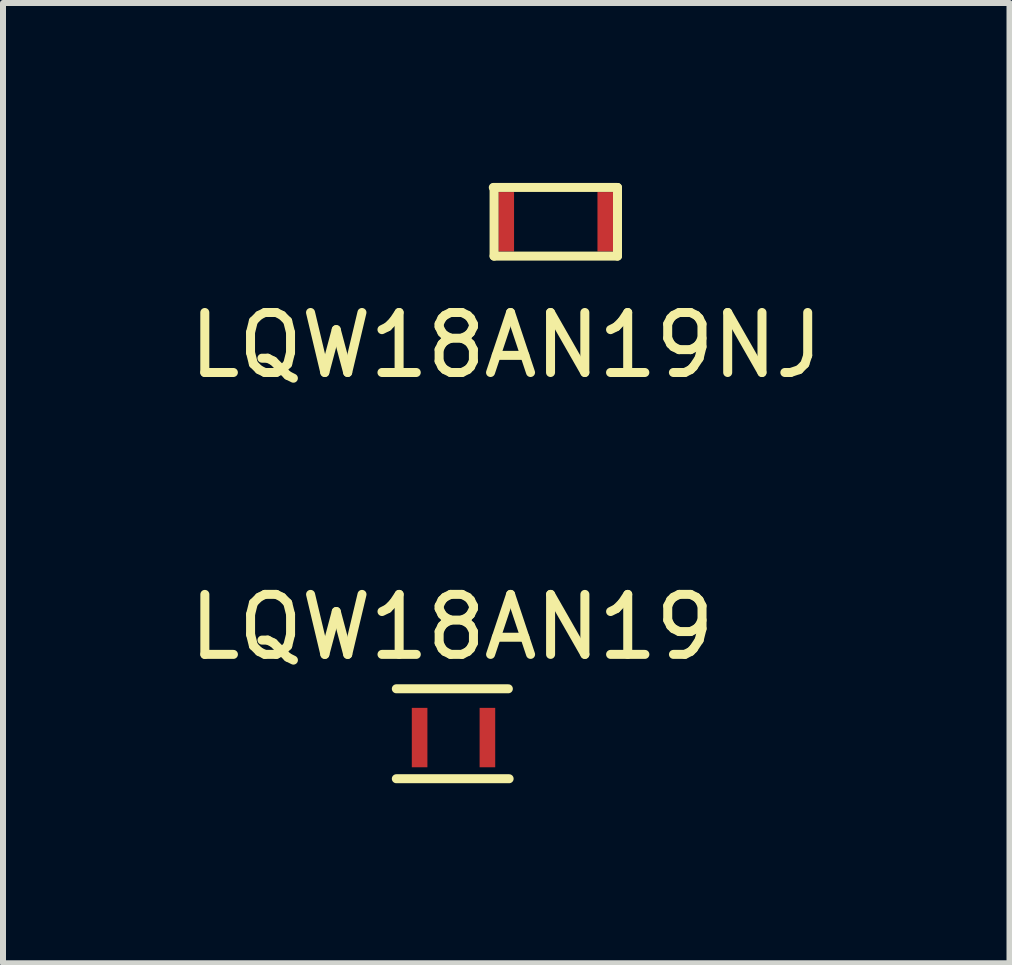
<source format=kicad_pcb>
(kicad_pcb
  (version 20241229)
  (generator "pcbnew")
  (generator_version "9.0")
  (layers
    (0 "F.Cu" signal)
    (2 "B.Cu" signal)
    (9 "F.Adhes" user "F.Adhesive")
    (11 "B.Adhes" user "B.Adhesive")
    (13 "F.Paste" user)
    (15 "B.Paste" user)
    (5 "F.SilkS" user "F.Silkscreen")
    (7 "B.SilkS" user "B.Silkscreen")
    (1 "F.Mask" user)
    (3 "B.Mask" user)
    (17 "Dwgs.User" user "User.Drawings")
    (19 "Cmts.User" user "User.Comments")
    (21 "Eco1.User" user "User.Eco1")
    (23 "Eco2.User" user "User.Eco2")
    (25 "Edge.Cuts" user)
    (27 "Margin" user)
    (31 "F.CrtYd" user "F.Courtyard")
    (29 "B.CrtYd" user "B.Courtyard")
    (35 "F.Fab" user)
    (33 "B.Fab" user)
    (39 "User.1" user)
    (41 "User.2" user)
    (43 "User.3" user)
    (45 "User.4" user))
  (footprint "LQW18AN19NJ"
    (layer "F.Cu")
    (at 5.387 0.646)
    (property "Reference" "LQW18AN19NJ" (at 0 2.057 0) (layer "F.SilkS") (effects (font (size 1 1) (thickness 0.15))))
    (attr through_hole)
    (fp_line (start -0.216 -0.572) (end 1.854 -0.572) (stroke (width 0.15) (type solid)) (layer "F.SilkS"))
    (fp_line (start -0.203 0.572) (end -0.203 -0.572) (stroke (width 0.15) (type solid)) (layer "F.SilkS"))
    (fp_line (start 1.854 -0.572) (end 1.854 0.572) (stroke (width 0.15) (type solid)) (layer "F.SilkS"))
    (fp_line (start 1.854 0.572) (end -0.203 0.572) (stroke (width 0.15) (type solid)) (layer "F.SilkS"))
    (pad "1" smd trapezoid (at 0 0) (size 0.26 0.99) (layers "F.Cu" "F.Mask" "F.Paste"))
    (pad "2" smd rect (at 1.65 0) (size 0.26 0.99) (layers "F.Cu" "F.Mask" "F.Paste")))
  (footprint "LQW18AN19"
    (layer "F.Cu")
    (at 4.508 9.242)
    (property "Reference" "LQW18AN19" (at -0.025 -1.841 0) (layer "F.SilkS") (effects (font (size 1 1) (thickness 0.15))))
    (attr smd)
    (fp_line (start -0.953 -0.813) (end 0.914 -0.813) (stroke (width 0.15) (type solid)) (layer "F.SilkS"))
    (fp_line (start -0.953 0.686) (end 0.927 0.686) (stroke (width 0.15) (type solid)) (layer "F.SilkS"))
    (pad "1" smd rect (at -0.565 0) (size 0.26 0.99) (layers "F.Cu" "F.Mask" "F.Paste"))
    (pad "2" smd rect (at 0.565 0) (size 0.26 0.99) (layers "F.Cu" "F.Mask" "F.Paste")))
  (gr_rect
    (start -3 -3)
    (end 13.774 13.003)
    (stroke (width 0.1) (type default))
    (fill no)
    (layer "Edge.Cuts")))
</source>
